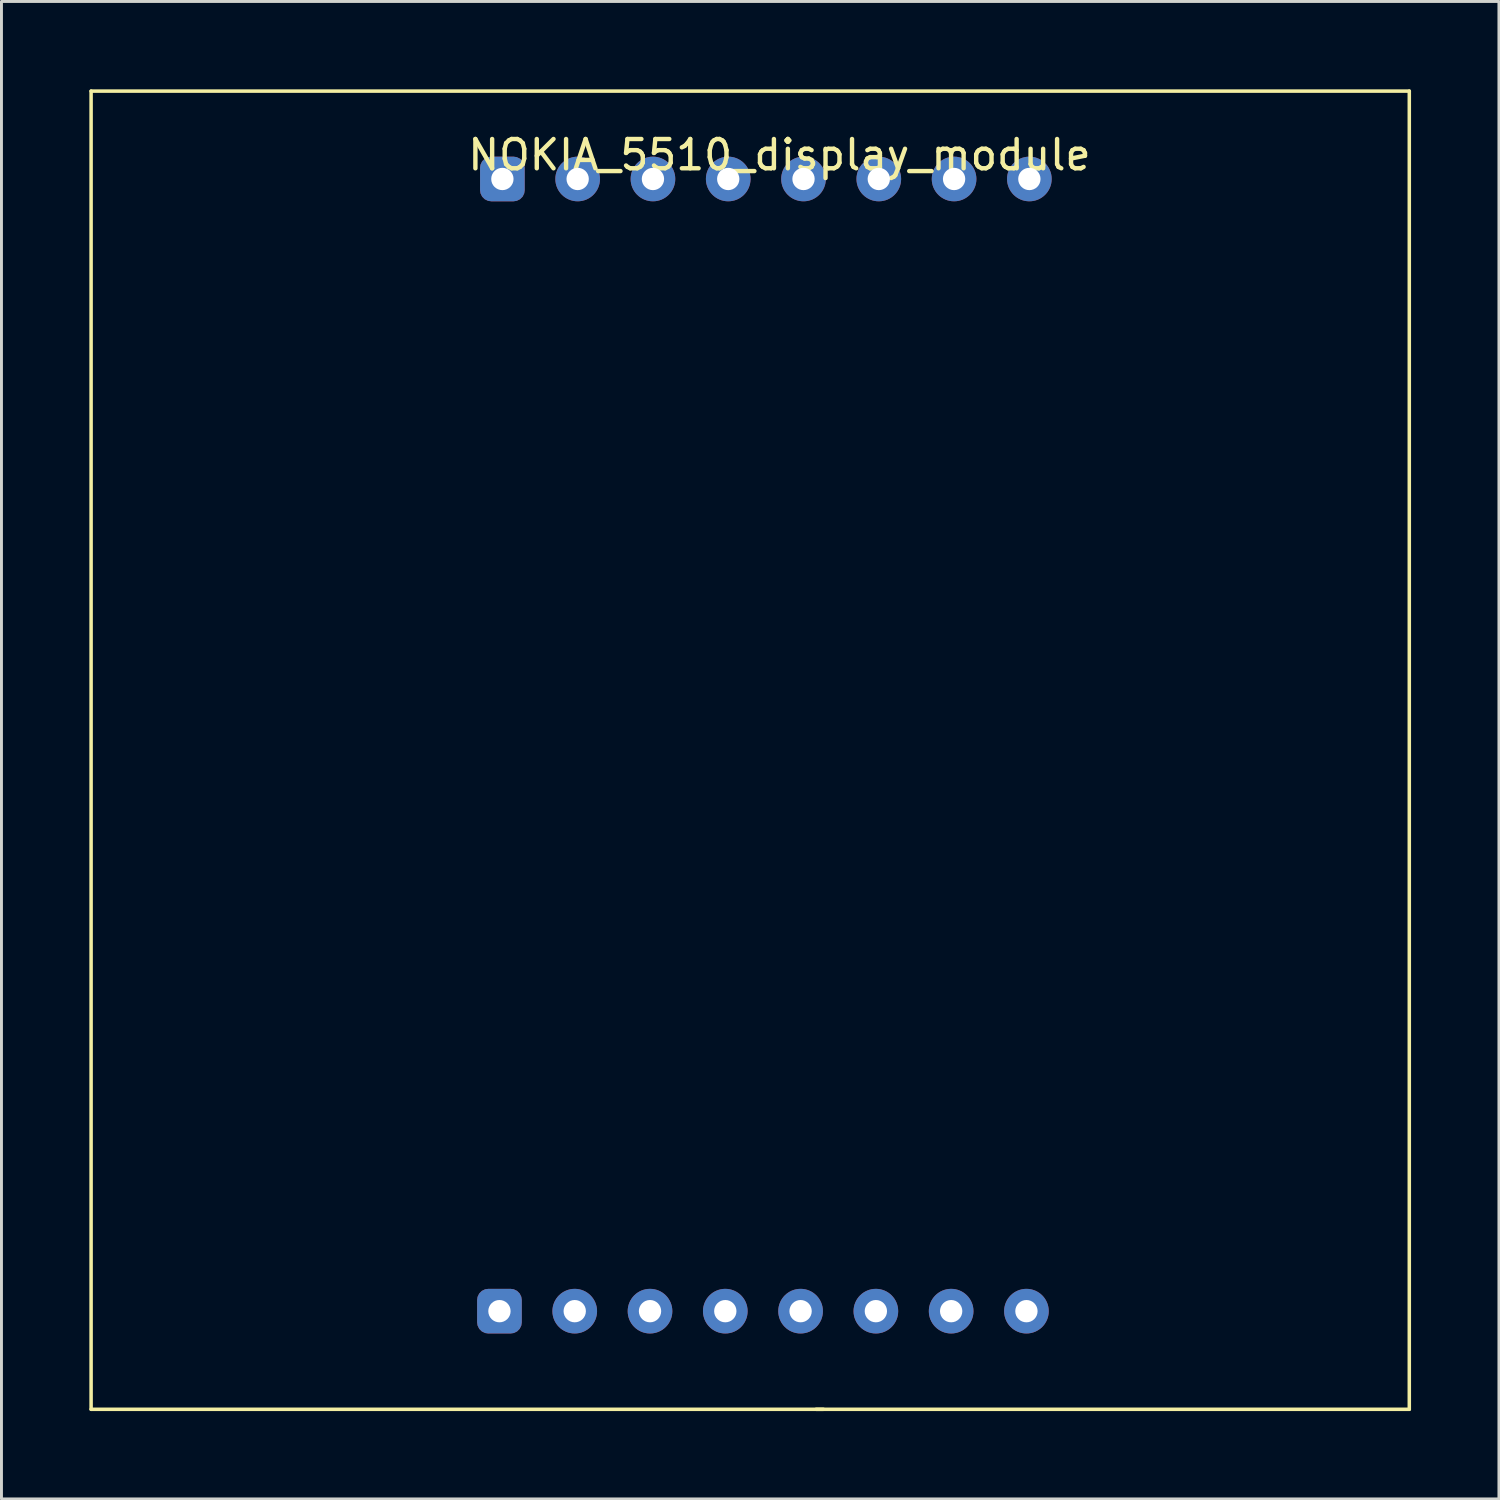
<source format=kicad_pcb>
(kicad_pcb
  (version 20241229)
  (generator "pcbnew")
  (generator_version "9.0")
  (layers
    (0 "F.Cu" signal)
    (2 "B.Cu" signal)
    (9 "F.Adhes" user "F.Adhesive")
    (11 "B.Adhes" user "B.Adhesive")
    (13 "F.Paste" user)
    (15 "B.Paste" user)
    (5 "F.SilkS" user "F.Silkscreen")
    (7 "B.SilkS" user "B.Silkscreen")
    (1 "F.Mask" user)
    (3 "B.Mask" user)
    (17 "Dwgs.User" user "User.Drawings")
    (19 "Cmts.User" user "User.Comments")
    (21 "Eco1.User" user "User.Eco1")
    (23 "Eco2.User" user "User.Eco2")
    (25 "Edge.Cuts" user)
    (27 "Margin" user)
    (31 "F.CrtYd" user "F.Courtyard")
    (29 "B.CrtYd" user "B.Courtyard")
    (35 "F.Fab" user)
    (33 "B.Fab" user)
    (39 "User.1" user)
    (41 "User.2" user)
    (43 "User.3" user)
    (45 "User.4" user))
  (footprint "NOKIA_5510_display_module"
    (layer "F.Cu")
    (at 23.56 4.31)
    (property "Reference" "NOKIA_5510_display_module" (at 0 -2.07 0) (layer "F.SilkS") (effects (font (size 1 1) (thickness 0.15))))
    (attr through_hole)
    (fp_poly (pts (xy 4.25 16) (xy 1 16) (xy 1 24.75) (xy -2.5 24.75) (xy -2.5 16) (xy -6 16) (xy -0.75 9.5)) (stroke (width 0.1) (type solid)) (fill yes) (layer "F.Mask"))
    (fp_line (start -23.5 -4.25) (end -23.5 40.75) (stroke (width 0.12) (type solid)) (layer "F.SilkS"))
    (fp_line (start -23.5 40.75) (end 1.5 40.75) (stroke (width 0.12) (type solid)) (layer "F.SilkS"))
    (fp_line (start 1.25 40.75) (end 21.5 40.75) (stroke (width 0.12) (type solid)) (layer "F.SilkS"))
    (fp_line (start 21.5 -4.25) (end -23.5 -4.25) (stroke (width 0.12) (type solid)) (layer "F.SilkS"))
    (fp_line (start 21.5 40.75) (end 21.5 -4.25) (stroke (width 0.12) (type solid)) (layer "F.SilkS"))
    (pad "1" thru_hole roundrect (at -9.56 37.4) (size 1.524 1.524) (drill 0.762) (layers "*.Cu" "*.Mask") (roundrect_rratio 0.25))
    (pad "1" thru_hole roundrect (at -9.46 -1.25) (size 1.524 1.524) (drill 0.762) (layers "*.Cu" "*.Mask") (roundrect_rratio 0.25))
    (pad "2" thru_hole circle (at -6.99 37.4) (size 1.524 1.524) (drill 0.762) (layers "*.Cu" "*.Mask"))
    (pad "2" thru_hole circle (at -6.89 -1.25) (size 1.524 1.524) (drill 0.762) (layers "*.Cu" "*.Mask"))
    (pad "3" thru_hole circle (at -4.42 37.4) (size 1.524 1.524) (drill 0.762) (layers "*.Cu" "*.Mask"))
    (pad "3" thru_hole circle (at -4.32 -1.25) (size 1.524 1.524) (drill 0.762) (layers "*.Cu" "*.Mask"))
    (pad "4" thru_hole circle (at -1.85 37.4) (size 1.524 1.524) (drill 0.762) (layers "*.Cu" "*.Mask"))
    (pad "4" thru_hole circle (at -1.75 -1.25) (size 1.524 1.524) (drill 0.762) (layers "*.Cu" "*.Mask"))
    (pad "5" thru_hole circle (at 0.72 37.4) (size 1.524 1.524) (drill 0.762) (layers "*.Cu" "*.Mask"))
    (pad "5" thru_hole circle (at 0.82 -1.25) (size 1.524 1.524) (drill 0.762) (layers "*.Cu" "*.Mask"))
    (pad "6" thru_hole circle (at 3.29 37.4) (size 1.524 1.524) (drill 0.762) (layers "*.Cu" "*.Mask"))
    (pad "6" thru_hole circle (at 3.39 -1.25) (size 1.524 1.524) (drill 0.762) (layers "*.Cu" "*.Mask"))
    (pad "7" thru_hole circle (at 5.86 37.4) (size 1.524 1.524) (drill 0.762) (layers "*.Cu" "*.Mask"))
    (pad "7" thru_hole circle (at 5.96 -1.25) (size 1.524 1.524) (drill 0.762) (layers "*.Cu" "*.Mask"))
    (pad "8" thru_hole circle (at 8.43 37.4) (size 1.524 1.524) (drill 0.762) (layers "*.Cu" "*.Mask"))
    (pad "8" thru_hole circle (at 8.53 -1.25) (size 1.524 1.524) (drill 0.762) (layers "*.Cu" "*.Mask")))
  (gr_rect
    (start -3 -3)
    (end 48.12 48.12)
    (stroke (width 0.1) (type default))
    (fill no)
    (layer "Edge.Cuts")))
</source>
